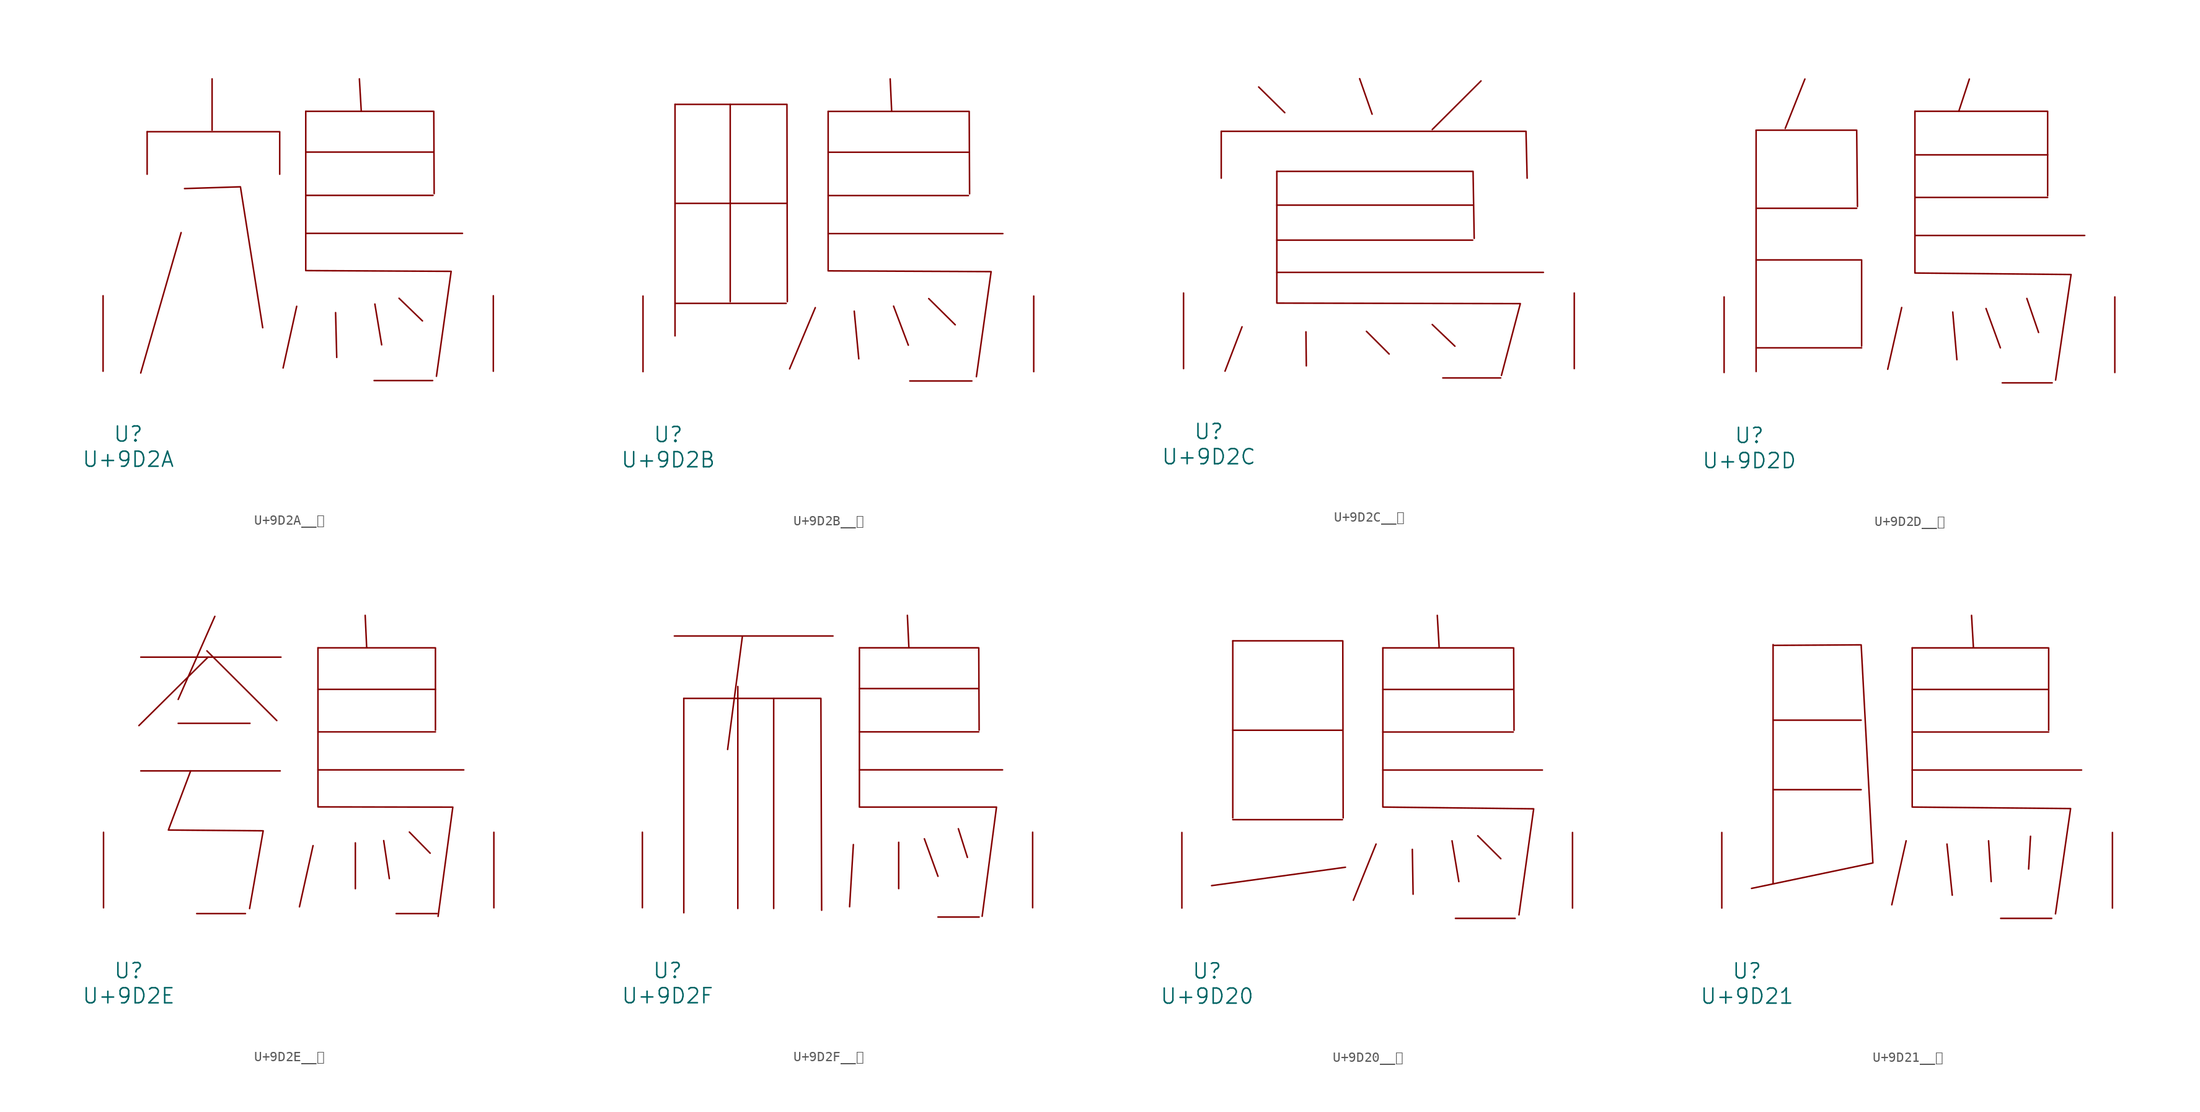
<source format=kicad_sym>
(kicad_symbol_lib
  (version 20231120)
  (generator "kicad_symbol_editor")
  (generator_version "8.0")
  (symbol "U+9D2A__鴪"
    (pin_names
      (offset 1.016))
    (property "Reference" "U"
      (at 0 -6.35 0)
      (effects (font (size 1.524 1.524))))
    (property "Value" "U+9D2A"
      (at 0 -8.89 0)
      (effects (font (size 1.524 1.524))))
    (symbol "U+9D2A__鴪_0_1"
      (polyline (pts (xy 1.905 24.181) (xy 1.905 19.888)) (stroke (width 0) (type solid)) (fill (type none)))
      (polyline (pts (xy 5.334 13.995) (xy 1.257 -0.178)) (stroke (width 0) (type solid)) (fill (type none)))
      (polyline (pts (xy 8.458 29.515) (xy 8.458 24.333)) (stroke (width 0) (type solid)) (fill (type none)))
      (polyline (pts (xy 16.993 6.553) (xy 15.621 0.33)) (stroke (width 0) (type solid)) (fill (type none)))
      (polyline (pts (xy 17.907 13.919) (xy 33.718 13.919)) (stroke (width 0) (type solid)) (fill (type none)))
      (polyline (pts (xy 17.907 17.755) (xy 30.747 17.755)) (stroke (width 0) (type solid)) (fill (type none)))
      (polyline (pts (xy 17.907 22.123) (xy 30.747 22.123)) (stroke (width 0) (type solid)) (fill (type none)))
      (polyline (pts (xy 20.917 5.918) (xy 21.031 1.397)) (stroke (width 0) (type solid)) (fill (type none)))
      (polyline (pts (xy 23.317 29.515) (xy 23.508 26.238)) (stroke (width 0) (type solid)) (fill (type none)))
      (polyline (pts (xy 24.803 -0.94) (xy 30.709 -0.94)) (stroke (width 0) (type solid)) (fill (type none)))
      (polyline (pts (xy 24.879 6.782) (xy 25.565 2.667)) (stroke (width 0) (type solid)) (fill (type none)))
      (polyline (pts (xy 27.318 7.366) (xy 29.68 5.08)) (stroke (width 0) (type solid)) (fill (type none)))
      (polyline (pts (xy 1.905 24.181) (xy 15.278 24.181) (xy 15.278 19.888)) (stroke (width 0) (type solid)) (fill (type none)))
      (polyline (pts (xy 5.677 18.44) (xy 11.316 18.618) (xy 13.564 4.394)) (stroke (width 0) (type solid)) (fill (type none)))
      (polyline (pts (xy 17.907 26.238) (xy 30.823 26.238) (xy 30.861 17.932)) (stroke (width 0) (type solid)) (fill (type none)))
      (polyline (pts (xy 17.907 26.238) (xy 17.907 10.16) (xy 32.575 10.084) (xy 31.09 -0.508)) (stroke (width 0) (type solid)) (fill (type none)))
      (pin input line (at -2.54 0 90) (length 7.62) (name "~" (effects (font (size 1.27 1.27)))) (number "~" (effects (font (size 1.27 1.27)))))
      (pin input line (at 36.83 0 90) (length 7.62) (name "~" (effects (font (size 1.27 1.27)))) (number "~" (effects (font (size 1.27 1.27)))))))
  (symbol "U+9D2B__鴫"
    (pin_names
      (offset 1.016))
    (property "Reference" "U"
      (at 0 -6.35 0)
      (effects (font (size 1.524 1.524))))
    (property "Value" "U+9D2B"
      (at 0 -8.89 0)
      (effects (font (size 1.524 1.524))))
    (symbol "U+9D2B__鴫_0_1"
      (polyline (pts (xy 0.686 6.883) (xy 11.887 6.883)) (stroke (width 0) (type solid)) (fill (type none)))
      (polyline (pts (xy 0.686 16.967) (xy 11.887 16.967)) (stroke (width 0) (type solid)) (fill (type none)))
      (polyline (pts (xy 0.686 26.949) (xy 0.686 3.607)) (stroke (width 0) (type solid)) (fill (type none)))
      (polyline (pts (xy 6.248 26.949) (xy 6.248 7.061)) (stroke (width 0) (type solid)) (fill (type none)))
      (polyline (pts (xy 14.821 6.452) (xy 12.23 0.279)) (stroke (width 0) (type solid)) (fill (type none)))
      (polyline (pts (xy 16.116 13.919) (xy 33.718 13.919)) (stroke (width 0) (type solid)) (fill (type none)))
      (polyline (pts (xy 16.116 17.755) (xy 30.251 17.755)) (stroke (width 0) (type solid)) (fill (type none)))
      (polyline (pts (xy 16.116 22.123) (xy 30.251 22.123)) (stroke (width 0) (type solid)) (fill (type none)))
      (polyline (pts (xy 18.745 6.096) (xy 19.202 1.295)) (stroke (width 0) (type solid)) (fill (type none)))
      (polyline (pts (xy 22.365 29.515) (xy 22.517 26.238)) (stroke (width 0) (type solid)) (fill (type none)))
      (polyline (pts (xy 22.708 6.604) (xy 24.194 2.667)) (stroke (width 0) (type solid)) (fill (type none)))
      (polyline (pts (xy 24.346 -0.94) (xy 30.594 -0.94)) (stroke (width 0) (type solid)) (fill (type none)))
      (polyline (pts (xy 26.251 7.366) (xy 28.918 4.724)) (stroke (width 0) (type solid)) (fill (type none)))
      (polyline (pts (xy 0.686 26.949) (xy 11.963 26.949) (xy 12.002 7.061)) (stroke (width 0) (type solid)) (fill (type none)))
      (polyline (pts (xy 16.116 26.238) (xy 30.328 26.238) (xy 30.366 17.932)) (stroke (width 0) (type solid)) (fill (type none)))
      (polyline (pts (xy 16.116 26.238) (xy 16.116 10.16) (xy 32.537 10.084) (xy 31.052 -0.508)) (stroke (width 0) (type solid)) (fill (type none)))
      (pin input line (at -2.54 0 90) (length 7.62) (name "~" (effects (font (size 1.27 1.27)))) (number "~" (effects (font (size 1.27 1.27)))))
      (pin input line (at 36.83 0 90) (length 7.62) (name "~" (effects (font (size 1.27 1.27)))) (number "~" (effects (font (size 1.27 1.27)))))))
  (symbol "U+9D2C__鴬"
    (pin_names
      (offset 1.016))
    (property "Reference" "U"
      (at 0 -6.35 0)
      (effects (font (size 1.524 1.524))))
    (property "Value" "U+9D2C"
      (at 0 -8.89 0)
      (effects (font (size 1.524 1.524))))
    (symbol "U+9D2C__鴬_0_1"
      (polyline (pts (xy 1.257 23.927) (xy 1.257 19.202)) (stroke (width 0) (type solid)) (fill (type none)))
      (polyline (pts (xy 3.353 4.216) (xy 1.638 -0.254)) (stroke (width 0) (type solid)) (fill (type none)))
      (polyline (pts (xy 5.029 28.397) (xy 7.658 25.806)) (stroke (width 0) (type solid)) (fill (type none)))
      (polyline (pts (xy 6.858 9.703) (xy 33.718 9.703)) (stroke (width 0) (type solid)) (fill (type none)))
      (polyline (pts (xy 6.858 12.954) (xy 26.594 12.954)) (stroke (width 0) (type solid)) (fill (type none)))
      (polyline (pts (xy 6.858 16.485) (xy 26.594 16.485)) (stroke (width 0) (type solid)) (fill (type none)))
      (polyline (pts (xy 9.792 3.708) (xy 9.83 0.279)) (stroke (width 0) (type solid)) (fill (type none)))
      (polyline (pts (xy 15.202 29.235) (xy 16.459 25.654)) (stroke (width 0) (type solid)) (fill (type none)))
      (polyline (pts (xy 15.888 3.759) (xy 18.174 1.473)) (stroke (width 0) (type solid)) (fill (type none)))
      (polyline (pts (xy 22.517 4.445) (xy 24.803 2.261)) (stroke (width 0) (type solid)) (fill (type none)))
      (polyline (pts (xy 23.584 -0.94) (xy 29.413 -0.94)) (stroke (width 0) (type solid)) (fill (type none)))
      (polyline (pts (xy 27.432 29.007) (xy 22.517 24.105)) (stroke (width 0) (type solid)) (fill (type none)))
      (polyline (pts (xy 1.257 23.927) (xy 31.966 23.927) (xy 32.08 19.202)) (stroke (width 0) (type solid)) (fill (type none)))
      (polyline (pts (xy 6.858 19.888) (xy 26.632 19.888) (xy 26.746 13.132)) (stroke (width 0) (type solid)) (fill (type none)))
      (polyline (pts (xy 6.858 19.888) (xy 6.858 6.604) (xy 31.394 6.553) (xy 29.489 -0.686)) (stroke (width 0) (type solid)) (fill (type none)))
      (pin input line (at -2.54 0 90) (length 7.62) (name "~" (effects (font (size 1.27 1.27)))) (number "~" (effects (font (size 1.27 1.27)))))
      (pin input line (at 36.83 0 90) (length 7.62) (name "~" (effects (font (size 1.27 1.27)))) (number "~" (effects (font (size 1.27 1.27)))))))
  (symbol "U+9D2D__鴭"
    (pin_names
      (offset 1.016))
    (property "Reference" "U"
      (at 0 -6.35 0)
      (effects (font (size 1.524 1.524))))
    (property "Value" "U+9D2D"
      (at 0 -8.89 0)
      (effects (font (size 1.524 1.524))))
    (symbol "U+9D2D__鴭_0_1"
      (polyline (pts (xy 0.686 2.489) (xy 11.316 2.489)) (stroke (width 0) (type solid)) (fill (type none)))
      (polyline (pts (xy 0.686 16.561) (xy 10.82 16.561)) (stroke (width 0) (type solid)) (fill (type none)))
      (polyline (pts (xy 0.686 24.435) (xy 0.686 0.102)) (stroke (width 0) (type solid)) (fill (type none)))
      (polyline (pts (xy 5.601 29.591) (xy 3.619 24.613)) (stroke (width 0) (type solid)) (fill (type none)))
      (polyline (pts (xy 15.354 6.553) (xy 13.945 0.33)) (stroke (width 0) (type solid)) (fill (type none)))
      (polyline (pts (xy 16.688 13.818) (xy 33.795 13.818)) (stroke (width 0) (type solid)) (fill (type none)))
      (polyline (pts (xy 16.688 17.653) (xy 30.061 17.653)) (stroke (width 0) (type solid)) (fill (type none)))
      (polyline (pts (xy 16.688 21.946) (xy 30.061 21.946)) (stroke (width 0) (type solid)) (fill (type none)))
      (polyline (pts (xy 20.498 6.096) (xy 20.917 1.295)) (stroke (width 0) (type solid)) (fill (type none)))
      (polyline (pts (xy 22.174 29.591) (xy 21.107 26.34)) (stroke (width 0) (type solid)) (fill (type none)))
      (polyline (pts (xy 23.851 6.452) (xy 25.298 2.489)) (stroke (width 0) (type solid)) (fill (type none)))
      (polyline (pts (xy 25.489 -1.041) (xy 30.518 -1.041)) (stroke (width 0) (type solid)) (fill (type none)))
      (polyline (pts (xy 27.965 7.468) (xy 29.146 4.039)) (stroke (width 0) (type solid)) (fill (type none)))
      (polyline (pts (xy 0.686 11.354) (xy 11.316 11.354) (xy 11.316 2.667)) (stroke (width 0) (type solid)) (fill (type none)))
      (polyline (pts (xy 0.686 24.435) (xy 10.82 24.435) (xy 10.897 16.739)) (stroke (width 0) (type solid)) (fill (type none)))
      (polyline (pts (xy 16.688 26.34) (xy 30.061 26.34) (xy 30.061 17.831)) (stroke (width 0) (type solid)) (fill (type none)))
      (polyline (pts (xy 16.688 26.34) (xy 16.688 10.033) (xy 32.423 9.881) (xy 30.861 -0.762)) (stroke (width 0) (type solid)) (fill (type none)))
      (pin input line (at -2.54 0 90) (length 7.62) (name "~" (effects (font (size 1.27 1.27)))) (number "~" (effects (font (size 1.27 1.27)))))
      (pin input line (at 36.83 0 90) (length 7.62) (name "~" (effects (font (size 1.27 1.27)))) (number "~" (effects (font (size 1.27 1.27)))))))
  (symbol "U+9D2E__鴮"
    (pin_names
      (offset 1.016))
    (property "Reference" "U"
      (at 0 -6.35 0)
      (effects (font (size 1.524 1.524))))
    (property "Value" "U+9D2E"
      (at 0 -8.89 0)
      (effects (font (size 1.524 1.524))))
    (symbol "U+9D2E__鴮_0_1"
      (polyline (pts (xy 1.219 13.818) (xy 15.278 13.818)) (stroke (width 0) (type solid)) (fill (type none)))
      (polyline (pts (xy 1.219 25.298) (xy 15.354 25.298)) (stroke (width 0) (type solid)) (fill (type none)))
      (polyline (pts (xy 4.991 18.618) (xy 12.23 18.618)) (stroke (width 0) (type solid)) (fill (type none)))
      (polyline (pts (xy 6.858 -0.584) (xy 11.773 -0.584)) (stroke (width 0) (type solid)) (fill (type none)))
      (polyline (pts (xy 7.887 25.933) (xy 14.935 18.898)) (stroke (width 0) (type solid)) (fill (type none)))
      (polyline (pts (xy 8.001 25.298) (xy 1.029 18.39)) (stroke (width 0) (type solid)) (fill (type none)))
      (polyline (pts (xy 8.687 29.413) (xy 4.991 21.031)) (stroke (width 0) (type solid)) (fill (type none)))
      (polyline (pts (xy 18.593 6.274) (xy 17.221 0.102)) (stroke (width 0) (type solid)) (fill (type none)))
      (polyline (pts (xy 19.088 13.919) (xy 33.795 13.919)) (stroke (width 0) (type solid)) (fill (type none)))
      (polyline (pts (xy 19.088 17.755) (xy 30.937 17.755)) (stroke (width 0) (type solid)) (fill (type none)))
      (polyline (pts (xy 19.088 22.047) (xy 30.937 22.047)) (stroke (width 0) (type solid)) (fill (type none)))
      (polyline (pts (xy 22.86 6.553) (xy 22.86 1.93)) (stroke (width 0) (type solid)) (fill (type none)))
      (polyline (pts (xy 23.851 29.515) (xy 24.003 26.238)) (stroke (width 0) (type solid)) (fill (type none)))
      (polyline (pts (xy 25.718 6.782) (xy 26.289 2.946)) (stroke (width 0) (type solid)) (fill (type none)))
      (polyline (pts (xy 28.308 7.645) (xy 30.404 5.512)) (stroke (width 0) (type solid)) (fill (type none)))
      (polyline (pts (xy 31.09 -0.584) (xy 26.975 -0.584)) (stroke (width 0) (type solid)) (fill (type none)))
      (polyline (pts (xy 19.088 26.238) (xy 30.937 26.238) (xy 30.937 17.932)) (stroke (width 0) (type solid)) (fill (type none)))
      (polyline (pts (xy 6.248 13.818) (xy 4 7.849) (xy 13.564 7.772) (xy 12.192 -0.076)) (stroke (width 0) (type solid)) (fill (type none)))
      (polyline (pts (xy 19.088 26.238) (xy 19.088 10.185) (xy 32.69 10.16) (xy 31.204 -0.864)) (stroke (width 0) (type solid)) (fill (type none)))
      (pin input line (at -2.54 0 90) (length 7.62) (name "~" (effects (font (size 1.27 1.27)))) (number "~" (effects (font (size 1.27 1.27)))))
      (pin input line (at 36.83 0 90) (length 7.62) (name "~" (effects (font (size 1.27 1.27)))) (number "~" (effects (font (size 1.27 1.27)))))))
  (symbol "U+9D2F__鴯"
    (pin_names
      (offset 1.016))
    (property "Reference" "U"
      (at 0 -6.35 0)
      (effects (font (size 1.524 1.524))))
    (property "Value" "U+9D2F"
      (at 0 -8.89 0)
      (effects (font (size 1.524 1.524))))
    (symbol "U+9D2F__鴯_0_1"
      (polyline (pts (xy 0.686 27.432) (xy 16.688 27.432)) (stroke (width 0) (type solid)) (fill (type none)))
      (polyline (pts (xy 1.638 21.133) (xy 1.638 -0.508)) (stroke (width 0) (type solid)) (fill (type none)))
      (polyline (pts (xy 7.087 22.327) (xy 7.087 -0.076)) (stroke (width 0) (type solid)) (fill (type none)))
      (polyline (pts (xy 7.544 27.356) (xy 6.058 15.977)) (stroke (width 0) (type solid)) (fill (type none)))
      (polyline (pts (xy 10.706 21.133) (xy 10.706 -0.076)) (stroke (width 0) (type solid)) (fill (type none)))
      (polyline (pts (xy 18.745 6.375) (xy 18.364 0.102)) (stroke (width 0) (type solid)) (fill (type none)))
      (polyline (pts (xy 19.355 13.919) (xy 33.795 13.919)) (stroke (width 0) (type solid)) (fill (type none)))
      (polyline (pts (xy 19.355 17.755) (xy 31.394 17.755)) (stroke (width 0) (type solid)) (fill (type none)))
      (polyline (pts (xy 19.355 22.123) (xy 31.394 22.123)) (stroke (width 0) (type solid)) (fill (type none)))
      (polyline (pts (xy 23.317 6.604) (xy 23.317 1.93)) (stroke (width 0) (type solid)) (fill (type none)))
      (polyline (pts (xy 24.194 29.515) (xy 24.346 26.238)) (stroke (width 0) (type solid)) (fill (type none)))
      (polyline (pts (xy 25.908 6.96) (xy 27.28 3.175)) (stroke (width 0) (type solid)) (fill (type none)))
      (polyline (pts (xy 27.28 -0.94) (xy 31.433 -0.94)) (stroke (width 0) (type solid)) (fill (type none)))
      (polyline (pts (xy 29.337 7.976) (xy 30.251 5.08)) (stroke (width 0) (type solid)) (fill (type none)))
      (polyline (pts (xy 1.638 21.133) (xy 15.469 21.133) (xy 15.545 -0.254)) (stroke (width 0) (type solid)) (fill (type none)))
      (polyline (pts (xy 19.355 26.238) (xy 31.394 26.238) (xy 31.433 17.932)) (stroke (width 0) (type solid)) (fill (type none)))
      (polyline (pts (xy 19.355 26.238) (xy 19.355 10.16) (xy 33.185 10.16) (xy 31.737 -0.864)) (stroke (width 0) (type solid)) (fill (type none)))
      (pin input line (at -2.54 0 90) (length 7.62) (name "~" (effects (font (size 1.27 1.27)))) (number "~" (effects (font (size 1.27 1.27)))))
      (pin input line (at 36.83 0 90) (length 7.62) (name "~" (effects (font (size 1.27 1.27)))) (number "~" (effects (font (size 1.27 1.27)))))))
  (symbol "U+9D20__鴠"
    (pin_names
      (offset 1.016))
    (property "Reference" "U"
      (at 0 -6.35 0)
      (effects (font (size 1.524 1.524))))
    (property "Value" "U+9D20"
      (at 0 -8.89 0)
      (effects (font (size 1.524 1.524))))
    (symbol "U+9D20__鴠_0_1"
      (polyline (pts (xy 2.591 8.915) (xy 13.64 8.915)) (stroke (width 0) (type solid)) (fill (type none)))
      (polyline (pts (xy 2.591 17.932) (xy 13.64 17.932)) (stroke (width 0) (type solid)) (fill (type none)))
      (polyline (pts (xy 2.591 26.949) (xy 2.591 9.093)) (stroke (width 0) (type solid)) (fill (type none)))
      (polyline (pts (xy 13.945 4.115) (xy 0.457 2.261)) (stroke (width 0) (type solid)) (fill (type none)))
      (polyline (pts (xy 17.031 6.452) (xy 14.745 0.787)) (stroke (width 0) (type solid)) (fill (type none)))
      (polyline (pts (xy 17.716 13.919) (xy 33.795 13.919)) (stroke (width 0) (type solid)) (fill (type none)))
      (polyline (pts (xy 17.716 17.755) (xy 30.861 17.755)) (stroke (width 0) (type solid)) (fill (type none)))
      (polyline (pts (xy 17.716 22.047) (xy 30.861 22.047)) (stroke (width 0) (type solid)) (fill (type none)))
      (polyline (pts (xy 20.688 5.918) (xy 20.765 1.397)) (stroke (width 0) (type solid)) (fill (type none)))
      (polyline (pts (xy 23.203 29.515) (xy 23.393 26.238)) (stroke (width 0) (type solid)) (fill (type none)))
      (polyline (pts (xy 24.689 6.782) (xy 25.375 2.667)) (stroke (width 0) (type solid)) (fill (type none)))
      (polyline (pts (xy 25.032 -1.041) (xy 31.052 -1.041)) (stroke (width 0) (type solid)) (fill (type none)))
      (polyline (pts (xy 27.28 7.29) (xy 29.604 4.978)) (stroke (width 0) (type solid)) (fill (type none)))
      (polyline (pts (xy 2.591 26.949) (xy 13.678 26.949) (xy 13.716 9.093)) (stroke (width 0) (type solid)) (fill (type none)))
      (polyline (pts (xy 17.716 26.238) (xy 30.899 26.238) (xy 30.937 17.932)) (stroke (width 0) (type solid)) (fill (type none)))
      (polyline (pts (xy 17.716 26.238) (xy 17.716 10.185) (xy 32.918 10.008) (xy 31.433 -0.686)) (stroke (width 0) (type solid)) (fill (type none)))
      (pin input line (at -2.54 0 90) (length 7.62) (name "~" (effects (font (size 1.27 1.27)))) (number "~" (effects (font (size 1.27 1.27)))))
      (pin input line (at 36.83 0 90) (length 7.62) (name "~" (effects (font (size 1.27 1.27)))) (number "~" (effects (font (size 1.27 1.27)))))))
  (symbol "U+9D21__鴡"
    (pin_names
      (offset 1.016))
    (property "Reference" "U"
      (at 0 -6.35 0)
      (effects (font (size 1.524 1.524))))
    (property "Value" "U+9D21"
      (at 0 -8.89 0)
      (effects (font (size 1.524 1.524))))
    (symbol "U+9D21__鴡_0_1"
      (polyline (pts (xy 2.629 11.938) (xy 11.506 11.938)) (stroke (width 0) (type solid)) (fill (type none)))
      (polyline (pts (xy 2.629 18.948) (xy 11.506 18.948)) (stroke (width 0) (type solid)) (fill (type none)))
      (polyline (pts (xy 2.629 26.568) (xy 2.629 2.489)) (stroke (width 0) (type solid)) (fill (type none)))
      (polyline (pts (xy 16.04 6.782) (xy 14.592 0.33)) (stroke (width 0) (type solid)) (fill (type none)))
      (polyline (pts (xy 16.65 13.919) (xy 33.718 13.919)) (stroke (width 0) (type solid)) (fill (type none)))
      (polyline (pts (xy 16.65 17.755) (xy 30.404 17.755)) (stroke (width 0) (type solid)) (fill (type none)))
      (polyline (pts (xy 16.65 22.047) (xy 30.404 22.047)) (stroke (width 0) (type solid)) (fill (type none)))
      (polyline (pts (xy 20.155 6.452) (xy 20.688 1.295)) (stroke (width 0) (type solid)) (fill (type none)))
      (polyline (pts (xy 22.631 29.515) (xy 22.822 26.238)) (stroke (width 0) (type solid)) (fill (type none)))
      (polyline (pts (xy 24.346 6.782) (xy 24.613 2.667)) (stroke (width 0) (type solid)) (fill (type none)))
      (polyline (pts (xy 25.565 -1.041) (xy 30.709 -1.041)) (stroke (width 0) (type solid)) (fill (type none)))
      (polyline (pts (xy 28.575 7.239) (xy 28.384 3.937)) (stroke (width 0) (type solid)) (fill (type none)))
      (polyline (pts (xy 16.65 26.238) (xy 30.404 26.238) (xy 30.404 17.932)) (stroke (width 0) (type solid)) (fill (type none)))
      (polyline (pts (xy 2.629 26.492) (xy 11.506 26.543) (xy 12.687 4.547) (xy 0.457 1.981)) (stroke (width 0) (type solid)) (fill (type none)))
      (polyline (pts (xy 16.65 26.238) (xy 16.65 10.185) (xy 32.614 10.033) (xy 31.09 -0.584)) (stroke (width 0) (type solid)) (fill (type none)))
      (pin input line (at -2.54 0 90) (length 7.62) (name "~" (effects (font (size 1.27 1.27)))) (number "~" (effects (font (size 1.27 1.27)))))
      (pin input line (at 36.83 0 90) (length 7.62) (name "~" (effects (font (size 1.27 1.27)))) (number "~" (effects (font (size 1.27 1.27))))))))
</source>
